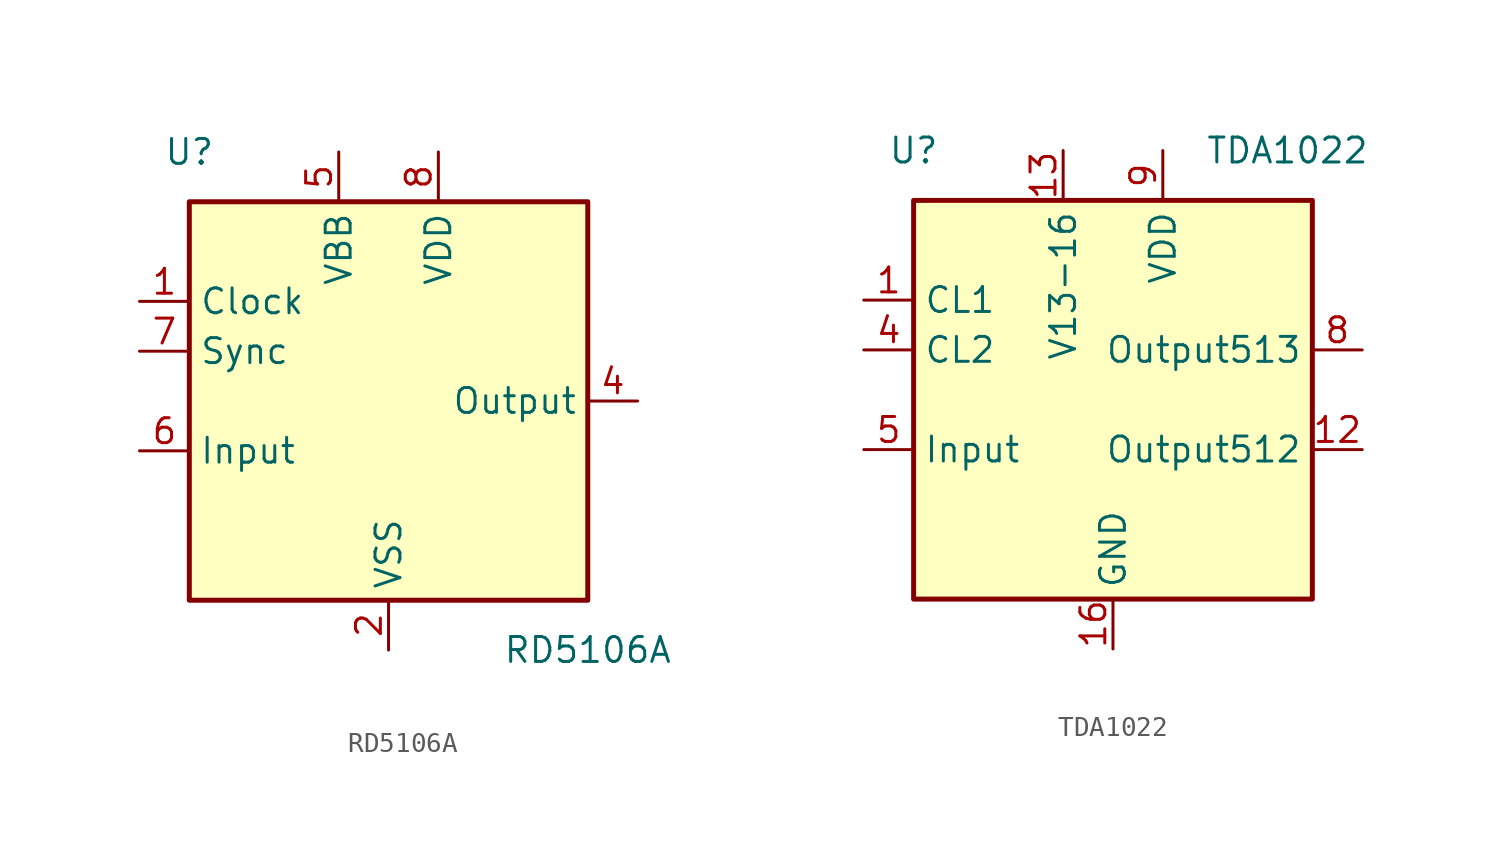
<source format=kicad_sym>
(kicad_symbol_lib
  (version 20231120)
  (generator "kicad_symbol_editor")
  (generator_version "8.0")
  (symbol "RD5106A"
    (property "Reference" "U"
      (at -10.16 12.7 0)
      (effects (font (size 1.27 1.27))))
    (property "Value" "RD5106A"
      (at 10.16 -12.7 0)
      (effects (font (size 1.27 1.27))))
    (symbol "RD5106A_0_1"
      (rectangle (start -10.16 10.16) (end 10.16 -10.16) (stroke (width 0.254) (type default)) (fill (type background))))
    (symbol "RD5106A_1_1"
      (pin input line (at -12.7 5.08 0) (length 2.54) (name "Clock" (effects (font (size 1.27 1.27)))) (number "1" (effects (font (size 1.27 1.27)))))
      (pin power_in line (at 0 -12.7 90) (length 2.54) (name "VSS" (effects (font (size 1.27 1.27)))) (number "2" (effects (font (size 1.27 1.27)))))
      (pin no_connect line (at -12.7 -7.62 0) (length 2.54) hide (name "NC" (effects (font (size 1.27 1.27)))) (number "3" (effects (font (size 1.27 1.27)))))
      (pin output line (at 12.7 0 180) (length 2.54) (name "Output" (effects (font (size 1.27 1.27)))) (number "4" (effects (font (size 1.27 1.27)))))
      (pin power_in line (at -2.54 12.7 270) (length 2.54) (name "VBB" (effects (font (size 1.27 1.27)))) (number "5" (effects (font (size 1.27 1.27)))))
      (pin input line (at -12.7 -2.54 0) (length 2.54) (name "Input" (effects (font (size 1.27 1.27)))) (number "6" (effects (font (size 1.27 1.27)))))
      (pin input line (at -12.7 2.54 0) (length 2.54) (name "Sync" (effects (font (size 1.27 1.27)))) (number "7" (effects (font (size 1.27 1.27)))))
      (pin power_in line (at 2.54 12.7 270) (length 2.54) (name "VDD" (effects (font (size 1.27 1.27)))) (number "8" (effects (font (size 1.27 1.27)))))))
  (symbol "TDA1022"
    (property "Reference" "U"
      (at -10.16 12.7 0)
      (effects (font (size 1.27 1.27))))
    (property "Value" "TDA1022"
      (at 8.89 12.7 0)
      (effects (font (size 1.27 1.27))))
    (symbol "TDA1022_0_1"
      (rectangle (start -10.16 10.16) (end 10.16 -10.16) (stroke (width 0.254) (type default)) (fill (type background))))
    (symbol "TDA1022_1_1"
      (pin input line (at -12.7 5.08 0) (length 2.54) (name "CL1" (effects (font (size 1.27 1.27)))) (number "1" (effects (font (size 1.27 1.27)))))
      (pin no_connect line (at 2.54 -12.7 90) (length 2.54) hide (name "NC" (effects (font (size 1.27 1.27)))) (number "10" (effects (font (size 1.27 1.27)))))
      (pin no_connect line (at 5.08 -12.7 90) (length 2.54) hide (name "NC" (effects (font (size 1.27 1.27)))) (number "11" (effects (font (size 1.27 1.27)))))
      (pin output line (at 12.7 -2.54 180) (length 2.54) (name "Output512" (effects (font (size 1.27 1.27)))) (number "12" (effects (font (size 1.27 1.27)))))
      (pin power_in line (at -2.54 12.7 270) (length 2.54) (name "V13-16" (effects (font (size 1.27 1.27)))) (number "13" (effects (font (size 1.27 1.27)))))
      (pin no_connect line (at 12.7 -5.08 180) (length 2.54) hide (name "NC" (effects (font (size 1.27 1.27)))) (number "14" (effects (font (size 1.27 1.27)))))
      (pin no_connect line (at 12.7 -7.62 180) (length 2.54) hide (name "NC" (effects (font (size 1.27 1.27)))) (number "15" (effects (font (size 1.27 1.27)))))
      (pin power_in line (at 0 -12.7 90) (length 2.54) (name "GND" (effects (font (size 1.27 1.27)))) (number "16" (effects (font (size 1.27 1.27)))))
      (pin no_connect line (at -12.7 -5.08 0) (length 2.54) hide (name "NC" (effects (font (size 1.27 1.27)))) (number "2" (effects (font (size 1.27 1.27)))))
      (pin no_connect line (at -12.7 -7.62 0) (length 2.54) hide (name "NC" (effects (font (size 1.27 1.27)))) (number "3" (effects (font (size 1.27 1.27)))))
      (pin input line (at -12.7 2.54 0) (length 2.54) (name "CL2" (effects (font (size 1.27 1.27)))) (number "4" (effects (font (size 1.27 1.27)))))
      (pin input line (at -12.7 -2.54 0) (length 2.54) (name "Input" (effects (font (size 1.27 1.27)))) (number "5" (effects (font (size 1.27 1.27)))))
      (pin no_connect line (at -5.08 -12.7 90) (length 2.54) hide (name "NC" (effects (font (size 1.27 1.27)))) (number "6" (effects (font (size 1.27 1.27)))))
      (pin no_connect line (at -2.54 -12.7 90) (length 2.54) hide (name "NC" (effects (font (size 1.27 1.27)))) (number "7" (effects (font (size 1.27 1.27)))))
      (pin output line (at 12.7 2.54 180) (length 2.54) (name "Output513" (effects (font (size 1.27 1.27)))) (number "8" (effects (font (size 1.27 1.27)))))
      (pin power_in line (at 2.54 12.7 270) (length 2.54) (name "VDD" (effects (font (size 1.27 1.27)))) (number "9" (effects (font (size 1.27 1.27))))))))
</source>
